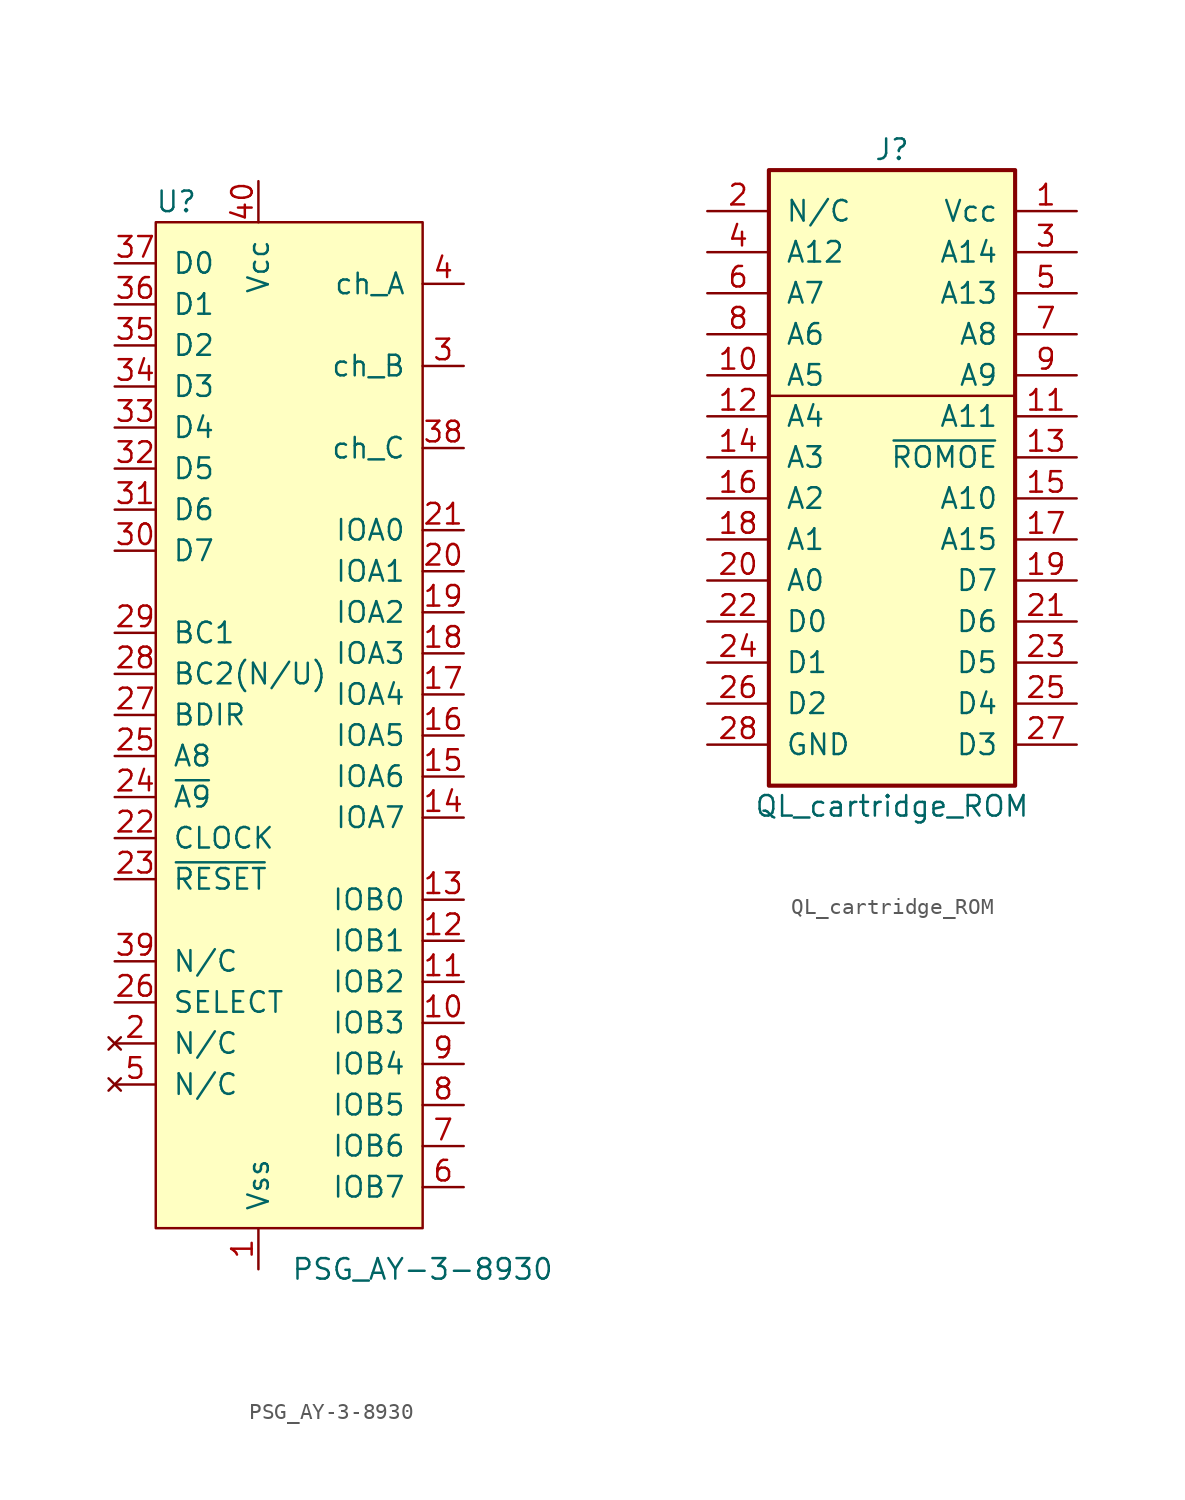
<source format=kicad_sym>
(kicad_symbol_lib
  (version 20220914)
  (generator kicad_symbol_editor)
  (symbol "PSG_AY-3-8930"
    (pin_names
      (offset 1.016))
    (property "Reference" "U"
      (at -6.35 30.48 0)
      (effects (font (size 1.27 1.27))))
    (property "Value" "PSG_AY-3-8930"
      (at 8.89 -35.56 0)
      (effects (font (size 1.27 1.27))))
    (symbol "PSG_AY-3-8930_0_1"
      (rectangle (start -7.62 29.21) (end 8.89 -33.02) (stroke (width 0) (type default)) (fill (type background))))
    (symbol "PSG_AY-3-8930_1_1"
      (pin power_in line (at -1.27 -35.56 90) (length 2.54) (name "Vss" (effects (font (size 1.27 1.27)))) (number "1" (effects (font (size 1.27 1.27)))))
      (pin bidirectional line (at 11.43 -20.32 180) (length 2.54) (name "IOB3" (effects (font (size 1.27 1.27)))) (number "10" (effects (font (size 1.27 1.27)))))
      (pin bidirectional line (at 11.43 -17.78 180) (length 2.54) (name "IOB2" (effects (font (size 1.27 1.27)))) (number "11" (effects (font (size 1.27 1.27)))))
      (pin bidirectional line (at 11.43 -15.24 180) (length 2.54) (name "IOB1" (effects (font (size 1.27 1.27)))) (number "12" (effects (font (size 1.27 1.27)))))
      (pin bidirectional line (at 11.43 -12.7 180) (length 2.54) (name "IOB0" (effects (font (size 1.27 1.27)))) (number "13" (effects (font (size 1.27 1.27)))))
      (pin bidirectional line (at 11.43 -7.62 180) (length 2.54) (name "IOA7" (effects (font (size 1.27 1.27)))) (number "14" (effects (font (size 1.27 1.27)))))
      (pin bidirectional line (at 11.43 -5.08 180) (length 2.54) (name "IOA6" (effects (font (size 1.27 1.27)))) (number "15" (effects (font (size 1.27 1.27)))))
      (pin bidirectional line (at 11.43 -2.54 180) (length 2.54) (name "IOA5" (effects (font (size 1.27 1.27)))) (number "16" (effects (font (size 1.27 1.27)))))
      (pin bidirectional line (at 11.43 0 180) (length 2.54) (name "IOA4" (effects (font (size 1.27 1.27)))) (number "17" (effects (font (size 1.27 1.27)))))
      (pin bidirectional line (at 11.43 2.54 180) (length 2.54) (name "IOA3" (effects (font (size 1.27 1.27)))) (number "18" (effects (font (size 1.27 1.27)))))
      (pin bidirectional line (at 11.43 5.08 180) (length 2.54) (name "IOA2" (effects (font (size 1.27 1.27)))) (number "19" (effects (font (size 1.27 1.27)))))
      (pin no_connect line (at -10.16 -21.59 0) (length 2.54) (name "N/C" (effects (font (size 1.27 1.27)))) (number "2" (effects (font (size 1.27 1.27)))))
      (pin bidirectional line (at 11.43 7.62 180) (length 2.54) (name "IOA1" (effects (font (size 1.27 1.27)))) (number "20" (effects (font (size 1.27 1.27)))))
      (pin bidirectional line (at 11.43 10.16 180) (length 2.54) (name "IOA0" (effects (font (size 1.27 1.27)))) (number "21" (effects (font (size 1.27 1.27)))))
      (pin input line (at -10.16 -8.89 0) (length 2.54) (name "CLOCK" (effects (font (size 1.27 1.27)))) (number "22" (effects (font (size 1.27 1.27)))))
      (pin input line (at -10.16 -11.43 0) (length 2.54) (name "~{RESET}" (effects (font (size 1.27 1.27)))) (number "23" (effects (font (size 1.27 1.27)))))
      (pin input line (at -10.16 -6.35 0) (length 2.54) (name "~{A9}" (effects (font (size 1.27 1.27)))) (number "24" (effects (font (size 1.27 1.27)))))
      (pin input line (at -10.16 -3.81 0) (length 2.54) (name "A8" (effects (font (size 1.27 1.27)))) (number "25" (effects (font (size 1.27 1.27)))))
      (pin input line (at -10.16 -19.05 0) (length 2.54) (name "SELECT" (effects (font (size 1.27 1.27)))) (number "26" (effects (font (size 1.27 1.27)))))
      (pin input line (at -10.16 -1.27 0) (length 2.54) (name "BDIR" (effects (font (size 1.27 1.27)))) (number "27" (effects (font (size 1.27 1.27)))))
      (pin input line (at -10.16 1.27 0) (length 2.54) (name "BC2(N/U)" (effects (font (size 1.27 1.27)))) (number "28" (effects (font (size 1.27 1.27)))))
      (pin input line (at -10.16 3.81 0) (length 2.54) (name "BC1" (effects (font (size 1.27 1.27)))) (number "29" (effects (font (size 1.27 1.27)))))
      (pin output line (at 11.43 20.32 180) (length 2.54) (name "ch_B" (effects (font (size 1.27 1.27)))) (number "3" (effects (font (size 1.27 1.27)))))
      (pin bidirectional line (at -10.16 8.89 0) (length 2.54) (name "D7" (effects (font (size 1.27 1.27)))) (number "30" (effects (font (size 1.27 1.27)))))
      (pin bidirectional line (at -10.16 11.43 0) (length 2.54) (name "D6" (effects (font (size 1.27 1.27)))) (number "31" (effects (font (size 1.27 1.27)))))
      (pin bidirectional line (at -10.16 13.97 0) (length 2.54) (name "D5" (effects (font (size 1.27 1.27)))) (number "32" (effects (font (size 1.27 1.27)))))
      (pin bidirectional line (at -10.16 16.51 0) (length 2.54) (name "D4" (effects (font (size 1.27 1.27)))) (number "33" (effects (font (size 1.27 1.27)))))
      (pin bidirectional line (at -10.16 19.05 0) (length 2.54) (name "D3" (effects (font (size 1.27 1.27)))) (number "34" (effects (font (size 1.27 1.27)))))
      (pin bidirectional line (at -10.16 21.59 0) (length 2.54) (name "D2" (effects (font (size 1.27 1.27)))) (number "35" (effects (font (size 1.27 1.27)))))
      (pin bidirectional line (at -10.16 24.13 0) (length 2.54) (name "D1" (effects (font (size 1.27 1.27)))) (number "36" (effects (font (size 1.27 1.27)))))
      (pin bidirectional line (at -10.16 26.67 0) (length 2.54) (name "D0" (effects (font (size 1.27 1.27)))) (number "37" (effects (font (size 1.27 1.27)))))
      (pin output line (at 11.43 15.24 180) (length 2.54) (name "ch_C" (effects (font (size 1.27 1.27)))) (number "38" (effects (font (size 1.27 1.27)))))
      (pin input line (at -10.16 -16.51 0) (length 2.54) (name "N/C" (effects (font (size 1.27 1.27)))) (number "39" (effects (font (size 1.27 1.27)))))
      (pin output line (at 11.43 25.4 180) (length 2.54) (name "ch_A" (effects (font (size 1.27 1.27)))) (number "4" (effects (font (size 1.27 1.27)))))
      (pin power_in line (at -1.27 31.75 270) (length 2.54) (name "Vcc" (effects (font (size 1.27 1.27)))) (number "40" (effects (font (size 1.27 1.27)))))
      (pin no_connect line (at -10.16 -24.13 0) (length 2.54) (name "N/C" (effects (font (size 1.27 1.27)))) (number "5" (effects (font (size 1.27 1.27)))))
      (pin bidirectional line (at 11.43 -30.48 180) (length 2.54) (name "IOB7" (effects (font (size 1.27 1.27)))) (number "6" (effects (font (size 1.27 1.27)))))
      (pin bidirectional line (at 11.43 -27.94 180) (length 2.54) (name "IOB6" (effects (font (size 1.27 1.27)))) (number "7" (effects (font (size 1.27 1.27)))))
      (pin bidirectional line (at 11.43 -25.4 180) (length 2.54) (name "IOB5" (effects (font (size 1.27 1.27)))) (number "8" (effects (font (size 1.27 1.27)))))
      (pin bidirectional line (at 11.43 -22.86 180) (length 2.54) (name "IOB4" (effects (font (size 1.27 1.27)))) (number "9" (effects (font (size 1.27 1.27)))))))
  (symbol "QL_cartridge_ROM"
    (pin_names
      (offset 1.016))
    (property "Reference" "J"
      (at 1.27 24.13 0)
      (effects (font (size 1.27 1.27))))
    (property "Value" "QL_cartridge_ROM"
      (at 1.27 -16.51 0)
      (effects (font (size 1.27 1.27))))
    (symbol "QL_cartridge_ROM_0_1"
      (polyline (pts (xy -6.35 8.89) (xy 8.89 8.89)) (stroke (width 0) (type default)) (fill (type none))))
    (symbol "QL_cartridge_ROM_1_1"
      (rectangle (start -6.35 22.86) (end 8.89 -15.24) (stroke (width 0.254) (type default)) (fill (type background)))
      (pin passive line (at 12.7 20.32 180) (length 3.81) (name "Vcc" (effects (font (size 1.27 1.27)))) (number "1" (effects (font (size 1.27 1.27)))))
      (pin passive line (at -10.16 10.16 0) (length 3.81) (name "A5" (effects (font (size 1.27 1.27)))) (number "10" (effects (font (size 1.27 1.27)))))
      (pin passive line (at 12.7 7.62 180) (length 3.81) (name "A11" (effects (font (size 1.27 1.27)))) (number "11" (effects (font (size 1.27 1.27)))))
      (pin passive line (at -10.16 7.62 0) (length 3.81) (name "A4" (effects (font (size 1.27 1.27)))) (number "12" (effects (font (size 1.27 1.27)))))
      (pin passive line (at 12.7 5.08 180) (length 3.81) (name "~{ROMOE}" (effects (font (size 1.27 1.27)))) (number "13" (effects (font (size 1.27 1.27)))))
      (pin passive line (at -10.16 5.08 0) (length 3.81) (name "A3" (effects (font (size 1.27 1.27)))) (number "14" (effects (font (size 1.27 1.27)))))
      (pin passive line (at 12.7 2.54 180) (length 3.81) (name "A10" (effects (font (size 1.27 1.27)))) (number "15" (effects (font (size 1.27 1.27)))))
      (pin passive line (at -10.16 2.54 0) (length 3.81) (name "A2" (effects (font (size 1.27 1.27)))) (number "16" (effects (font (size 1.27 1.27)))))
      (pin passive line (at 12.7 0 180) (length 3.81) (name "A15" (effects (font (size 1.27 1.27)))) (number "17" (effects (font (size 1.27 1.27)))))
      (pin passive line (at -10.16 0 0) (length 3.81) (name "A1" (effects (font (size 1.27 1.27)))) (number "18" (effects (font (size 1.27 1.27)))))
      (pin passive line (at 12.7 -2.54 180) (length 3.81) (name "D7" (effects (font (size 1.27 1.27)))) (number "19" (effects (font (size 1.27 1.27)))))
      (pin passive line (at -10.16 20.32 0) (length 3.81) (name "N/C" (effects (font (size 1.27 1.27)))) (number "2" (effects (font (size 1.27 1.27)))))
      (pin passive line (at -10.16 -2.54 0) (length 3.81) (name "A0" (effects (font (size 1.27 1.27)))) (number "20" (effects (font (size 1.27 1.27)))))
      (pin passive line (at 12.7 -5.08 180) (length 3.81) (name "D6" (effects (font (size 1.27 1.27)))) (number "21" (effects (font (size 1.27 1.27)))))
      (pin passive line (at -10.16 -5.08 0) (length 3.81) (name "D0" (effects (font (size 1.27 1.27)))) (number "22" (effects (font (size 1.27 1.27)))))
      (pin passive line (at 12.7 -7.62 180) (length 3.81) (name "D5" (effects (font (size 1.27 1.27)))) (number "23" (effects (font (size 1.27 1.27)))))
      (pin passive line (at -10.16 -7.62 0) (length 3.81) (name "D1" (effects (font (size 1.27 1.27)))) (number "24" (effects (font (size 1.27 1.27)))))
      (pin passive line (at 12.7 -10.16 180) (length 3.81) (name "D4" (effects (font (size 1.27 1.27)))) (number "25" (effects (font (size 1.27 1.27)))))
      (pin passive line (at -10.16 -10.16 0) (length 3.81) (name "D2" (effects (font (size 1.27 1.27)))) (number "26" (effects (font (size 1.27 1.27)))))
      (pin passive line (at 12.7 -12.7 180) (length 3.81) (name "D3" (effects (font (size 1.27 1.27)))) (number "27" (effects (font (size 1.27 1.27)))))
      (pin passive line (at -10.16 -12.7 0) (length 3.81) (name "GND" (effects (font (size 1.27 1.27)))) (number "28" (effects (font (size 1.27 1.27)))))
      (pin passive line (at 12.7 17.78 180) (length 3.81) (name "A14" (effects (font (size 1.27 1.27)))) (number "3" (effects (font (size 1.27 1.27)))))
      (pin passive line (at -10.16 17.78 0) (length 3.81) (name "A12" (effects (font (size 1.27 1.27)))) (number "4" (effects (font (size 1.27 1.27)))))
      (pin passive line (at 12.7 15.24 180) (length 3.81) (name "A13" (effects (font (size 1.27 1.27)))) (number "5" (effects (font (size 1.27 1.27)))))
      (pin passive line (at -10.16 15.24 0) (length 3.81) (name "A7" (effects (font (size 1.27 1.27)))) (number "6" (effects (font (size 1.27 1.27)))))
      (pin passive line (at 12.7 12.7 180) (length 3.81) (name "A8" (effects (font (size 1.27 1.27)))) (number "7" (effects (font (size 1.27 1.27)))))
      (pin passive line (at -10.16 12.7 0) (length 3.81) (name "A6" (effects (font (size 1.27 1.27)))) (number "8" (effects (font (size 1.27 1.27)))))
      (pin passive line (at 12.7 10.16 180) (length 3.81) (name "A9" (effects (font (size 1.27 1.27)))) (number "9" (effects (font (size 1.27 1.27))))))))
</source>
